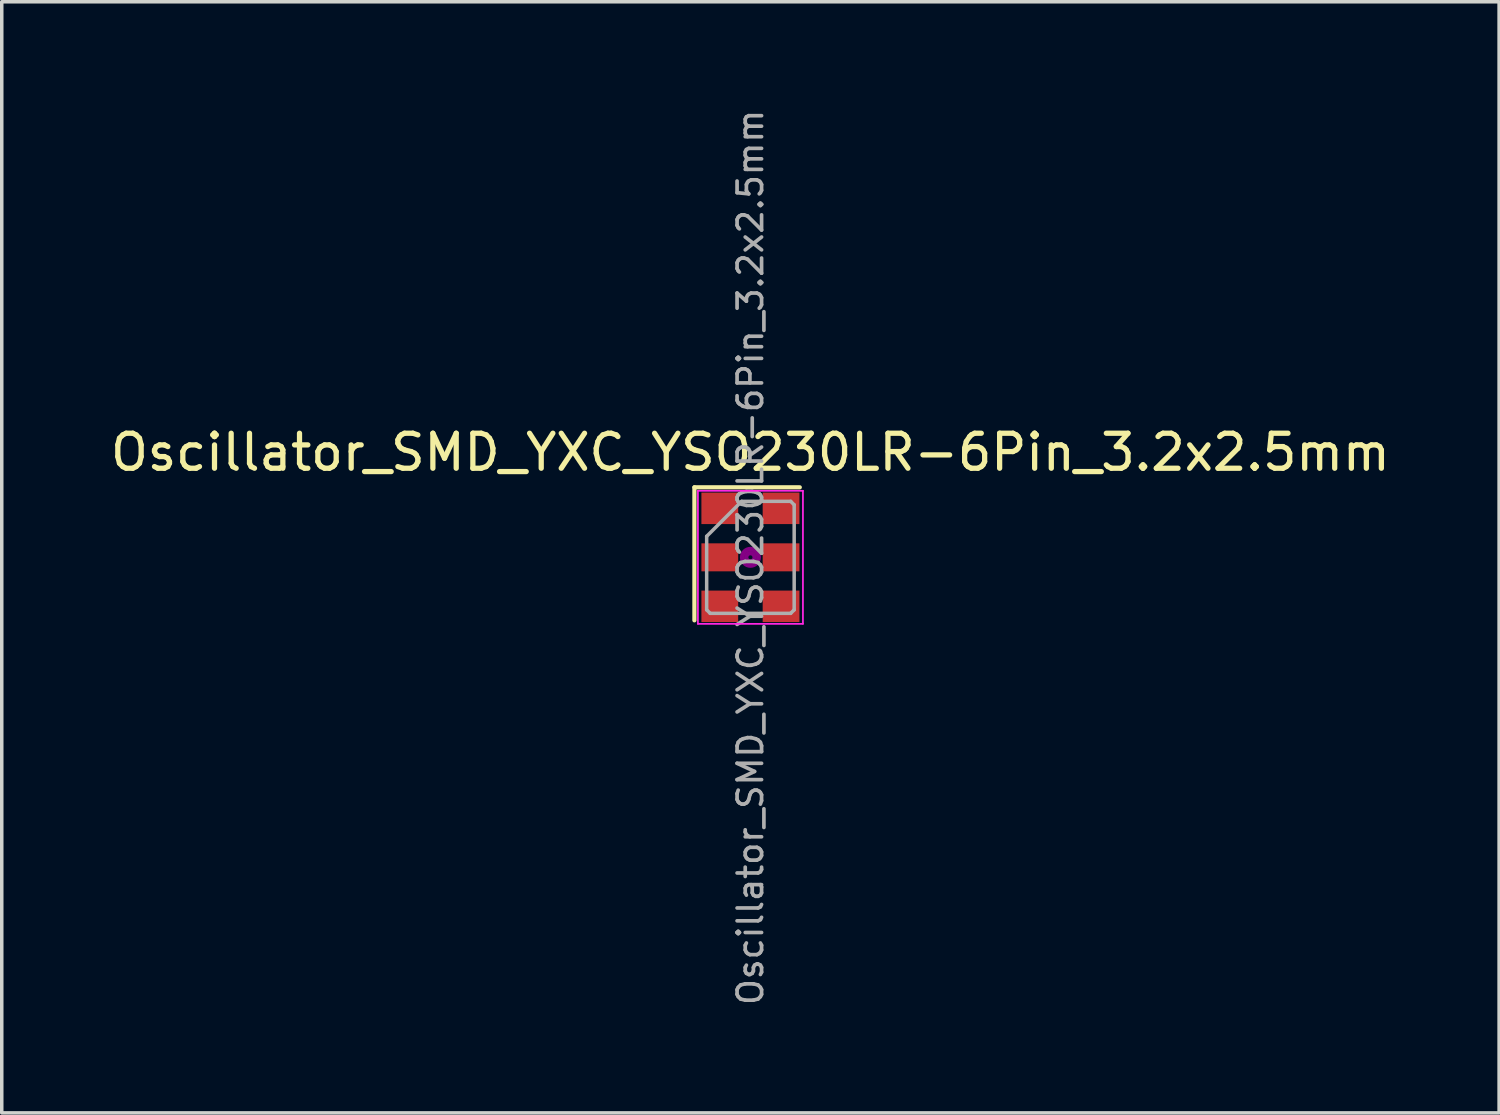
<source format=kicad_pcb>
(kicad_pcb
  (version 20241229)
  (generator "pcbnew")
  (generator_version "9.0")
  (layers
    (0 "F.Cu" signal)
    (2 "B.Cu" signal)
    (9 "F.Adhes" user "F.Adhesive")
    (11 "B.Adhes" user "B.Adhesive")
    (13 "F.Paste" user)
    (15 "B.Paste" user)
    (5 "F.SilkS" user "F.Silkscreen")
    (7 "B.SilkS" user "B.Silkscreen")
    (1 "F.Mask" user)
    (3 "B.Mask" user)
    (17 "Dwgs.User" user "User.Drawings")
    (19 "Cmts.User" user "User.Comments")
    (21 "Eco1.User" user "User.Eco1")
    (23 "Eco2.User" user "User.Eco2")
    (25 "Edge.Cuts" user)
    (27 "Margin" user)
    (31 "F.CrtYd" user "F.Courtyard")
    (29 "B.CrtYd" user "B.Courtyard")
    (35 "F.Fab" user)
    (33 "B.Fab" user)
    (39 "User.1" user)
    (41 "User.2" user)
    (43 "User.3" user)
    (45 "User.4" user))
  (footprint "Oscillator_SMD_YXC_YSO230LR-6Pin_3.2x2.5mm"
    (layer "F.Cu")
    (at 18.387 12.871)
    (property "Reference" "Oscillator_SMD_YXC_YSO230LR-6Pin_3.2x2.5mm" (at 0 -3 0) (layer "F.SilkS") (effects (font (size 1 1) (thickness 0.15))))
    (attr smd)
    (fp_line (start -1.6 -2) (end -1.6 1.8) (stroke (width 0.12) (type solid)) (layer "F.SilkS"))
    (fp_line (start 1.41 -2) (end -1.6 -2) (stroke (width 0.12) (type solid)) (layer "F.SilkS"))
    (fp_circle (center 0 0) (end 0 0.058) (stroke (width 0.117) (type solid)) (fill no) (layer "F.Adhes"))
    (fp_circle (center 0 0) (end 0 0.133) (stroke (width 0.083) (type solid)) (fill no) (layer "F.Adhes"))
    (fp_circle (center 0 0) (end 0 0.208) (stroke (width 0.083) (type solid)) (fill no) (layer "F.Adhes"))
    (fp_circle (center 0 0) (end 0 0.25) (stroke (width 0.1) (type solid)) (fill no) (layer "F.Adhes"))
    (fp_line (start -1.5 -1.9) (end -1.5 1.9) (stroke (width 0.05) (type solid)) (layer "F.CrtYd"))
    (fp_line (start -1.5 1.9) (end 1.5 1.9) (stroke (width 0.05) (type solid)) (layer "F.CrtYd"))
    (fp_line (start 1.5 -1.9) (end -1.5 -1.9) (stroke (width 0.05) (type solid)) (layer "F.CrtYd"))
    (fp_line (start 1.5 1.9) (end 1.5 -1.9) (stroke (width 0.05) (type solid)) (layer "F.CrtYd"))
    (fp_line (start -1.25 1.5) (end -1.25 -0.6) (stroke (width 0.1) (type solid)) (layer "F.Fab"))
    (fp_line (start -1.15 1.6) (end -1.25 1.5) (stroke (width 0.1) (type solid)) (layer "F.Fab"))
    (fp_line (start -0.25 -1.6) (end -1.25 -0.6) (stroke (width 0.1) (type solid)) (layer "F.Fab"))
    (fp_line (start -0.25 -1.6) (end 1.15 -1.6) (stroke (width 0.1) (type solid)) (layer "F.Fab"))
    (fp_line (start 1.15 -1.6) (end 1.25 -1.5) (stroke (width 0.1) (type solid)) (layer "F.Fab"))
    (fp_line (start 1.15 1.6) (end -1.15 1.6) (stroke (width 0.1) (type solid)) (layer "F.Fab"))
    (fp_line (start 1.25 -1.5) (end 1.25 1.5) (stroke (width 0.1) (type solid)) (layer "F.Fab"))
    (fp_line (start 1.25 1.5) (end 1.15 1.6) (stroke (width 0.1) (type solid)) (layer "F.Fab"))
    (fp_text user "${REFERENCE}" (at 0 0 270) (layer "F.Fab") (effects (font (size 0.7 0.7) (thickness 0.105))))
    (pad "1" smd rect (at -0.875 -1.4) (size 1.05 0.9) (layers "F.Cu" "F.Mask" "F.Paste"))
    (pad "2" smd rect (at -0.875 0) (size 1.05 0.8) (layers "F.Cu" "F.Mask" "F.Paste"))
    (pad "3" smd rect (at -0.875 1.4) (size 1.05 0.9) (layers "F.Cu" "F.Mask" "F.Paste"))
    (pad "4" smd rect (at 0.875 1.4) (size 1.05 0.9) (layers "F.Cu" "F.Mask" "F.Paste"))
    (pad "5" smd rect (at 0.875 0) (size 1.05 0.8) (layers "F.Cu" "F.Mask" "F.Paste"))
    (pad "6" smd rect (at 0.875 -1.4) (size 1.05 0.9) (layers "F.Cu" "F.Mask" "F.Paste")))
  (gr_rect
    (start -3 -3)
    (end 39.774 28.742)
    (stroke (width 0.1) (type default))
    (fill no)
    (layer "Edge.Cuts")))
</source>
